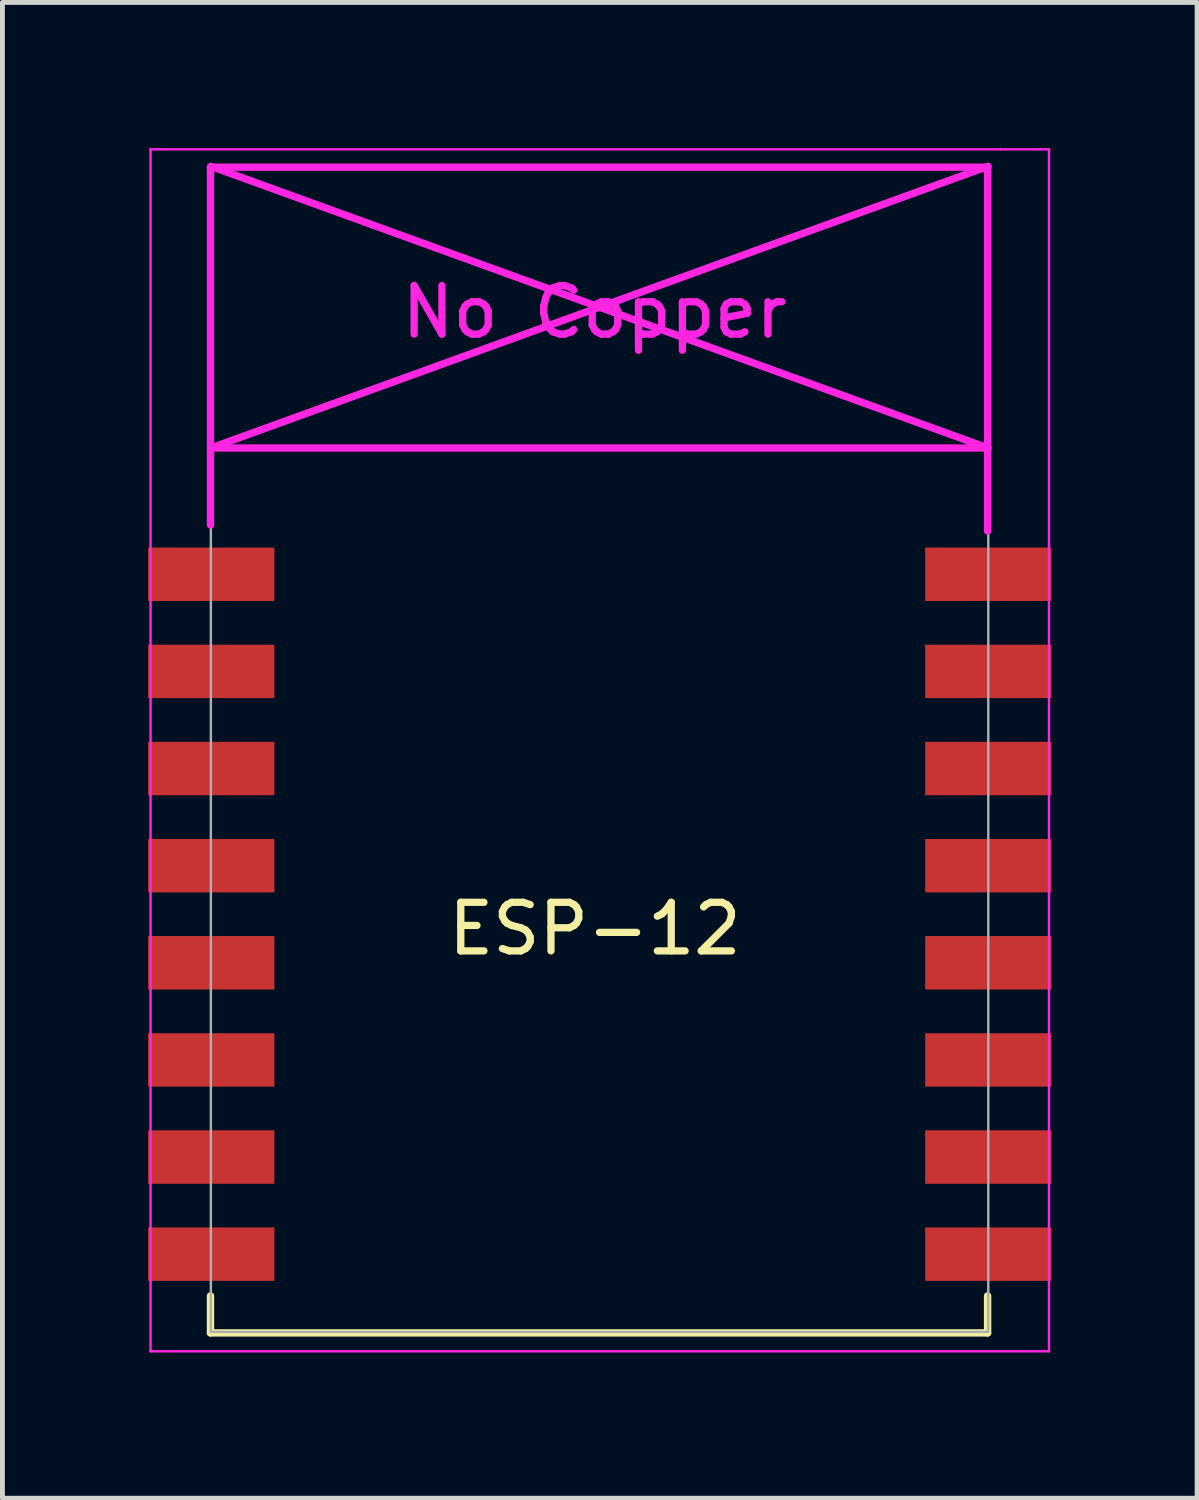
<source format=kicad_pcb>
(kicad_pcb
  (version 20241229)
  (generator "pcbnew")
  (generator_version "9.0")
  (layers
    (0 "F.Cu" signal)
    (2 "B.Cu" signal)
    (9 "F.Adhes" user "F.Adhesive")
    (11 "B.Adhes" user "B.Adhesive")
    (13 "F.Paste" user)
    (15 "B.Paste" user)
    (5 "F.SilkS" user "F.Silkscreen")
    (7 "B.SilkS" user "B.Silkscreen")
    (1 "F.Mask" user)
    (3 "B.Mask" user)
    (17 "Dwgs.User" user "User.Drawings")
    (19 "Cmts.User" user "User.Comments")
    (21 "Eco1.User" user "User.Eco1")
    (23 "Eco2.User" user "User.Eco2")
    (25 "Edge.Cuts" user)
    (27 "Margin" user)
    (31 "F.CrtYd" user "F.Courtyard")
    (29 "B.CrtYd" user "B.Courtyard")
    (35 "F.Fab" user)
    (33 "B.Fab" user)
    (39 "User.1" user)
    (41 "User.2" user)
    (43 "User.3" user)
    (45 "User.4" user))
  (footprint "ESP-12"
    (layer "F.Cu")
    (at 2.3 8.775)
    (property "Reference" "ESP-12" (at 6.9 7.3 0) (layer "F.SilkS") (effects (font (size 1 1) (thickness 0.15))))
    (attr through_hole)
    (fp_line (start -1.016 14.859) (end -1.016 15.621) (stroke (width 0.152) (type solid)) (layer "F.SilkS"))
    (fp_line (start -1.016 15.621) (end 14.986 15.621) (stroke (width 0.152) (type solid)) (layer "F.SilkS"))
    (fp_line (start 14.986 15.621) (end 14.986 14.859) (stroke (width 0.152) (type solid)) (layer "F.SilkS"))
    (fp_line (start -2.25 -8.75) (end 15.25 -8.75) (stroke (width 0.05) (type solid)) (layer "F.CrtYd"))
    (fp_line (start -2.25 -0.5) (end -2.25 -8.75) (stroke (width 0.05) (type solid)) (layer "F.CrtYd"))
    (fp_line (start -2.25 16) (end -2.25 -0.5) (stroke (width 0.05) (type solid)) (layer "F.CrtYd"))
    (fp_line (start -1.016 -8.382) (end -1.016 -1.016) (stroke (width 0.152) (type solid)) (layer "F.CrtYd"))
    (fp_line (start -1.016 -8.382) (end 14.986 -8.382) (stroke (width 0.152) (type solid)) (layer "F.CrtYd"))
    (fp_line (start -1.008 -8.4) (end 14.992 -2.6) (stroke (width 0.152) (type solid)) (layer "F.CrtYd"))
    (fp_line (start -1.008 -2.6) (end 14.992 -2.6) (stroke (width 0.152) (type solid)) (layer "F.CrtYd"))
    (fp_line (start 14.986 -8.382) (end 14.986 -0.889) (stroke (width 0.152) (type solid)) (layer "F.CrtYd"))
    (fp_line (start 14.992 -8.4) (end -1.008 -2.6) (stroke (width 0.152) (type solid)) (layer "F.CrtYd"))
    (fp_line (start 15.25 -8.75) (end 16.25 -8.75) (stroke (width 0.05) (type solid)) (layer "F.CrtYd"))
    (fp_line (start 16.25 -8.75) (end 16.25 16) (stroke (width 0.05) (type solid)) (layer "F.CrtYd"))
    (fp_line (start 16.25 16) (end -2.25 16) (stroke (width 0.05) (type solid)) (layer "F.CrtYd"))
    (fp_line (start -1.008 -8.4) (end 14.992 -8.4) (stroke (width 0.05) (type solid)) (layer "F.Fab"))
    (fp_line (start -1.008 15.6) (end -1.008 -8.4) (stroke (width 0.05) (type solid)) (layer "F.Fab"))
    (fp_line (start 14.992 15.6) (end -1.008 15.6) (stroke (width 0.05) (type solid)) (layer "F.Fab"))
    (fp_line (start 15 -8.4) (end 15 15.6) (stroke (width 0.05) (type solid)) (layer "F.Fab"))
    (fp_text user "No Copper" (at 6.892 -5.4 0) (layer "F.CrtYd") (effects (font (size 1 1) (thickness 0.15))))
    (pad "1" smd rect (at 0 0) (size 2.6 1.1) (drill (offset -1 0)) (layers "F.Cu" "F.Mask" "F.Paste"))
    (pad "2" smd rect (at 0 2) (size 2.6 1.1) (drill (offset -1 0)) (layers "F.Cu" "F.Mask" "F.Paste"))
    (pad "3" smd rect (at 0 4) (size 2.6 1.1) (drill (offset -1 0)) (layers "F.Cu" "F.Mask" "F.Paste"))
    (pad "4" smd rect (at 0 6) (size 2.6 1.1) (drill (offset -1 0)) (layers "F.Cu" "F.Mask" "F.Paste"))
    (pad "5" smd rect (at 0 8) (size 2.6 1.1) (drill (offset -1 0)) (layers "F.Cu" "F.Mask" "F.Paste"))
    (pad "6" smd rect (at 0 10) (size 2.6 1.1) (drill (offset -1 0)) (layers "F.Cu" "F.Mask" "F.Paste"))
    (pad "7" smd rect (at 0 12) (size 2.6 1.1) (drill (offset -1 0)) (layers "F.Cu" "F.Mask" "F.Paste"))
    (pad "8" smd rect (at 0 14) (size 2.6 1.1) (drill (offset -1 0)) (layers "F.Cu" "F.Mask" "F.Paste"))
    (pad "9" smd rect (at 14 14) (size 2.6 1.1) (drill (offset 1 0)) (layers "F.Cu" "F.Mask" "F.Paste"))
    (pad "10" smd rect (at 14 12) (size 2.6 1.1) (drill (offset 1 0)) (layers "F.Cu" "F.Mask" "F.Paste"))
    (pad "11" smd rect (at 14 10) (size 2.6 1.1) (drill (offset 1 0)) (layers "F.Cu" "F.Mask" "F.Paste"))
    (pad "12" smd rect (at 14 8) (size 2.6 1.1) (drill (offset 1 0)) (layers "F.Cu" "F.Mask" "F.Paste"))
    (pad "13" smd rect (at 14 6) (size 2.6 1.1) (drill (offset 1 0)) (layers "F.Cu" "F.Mask" "F.Paste"))
    (pad "14" smd rect (at 14 4) (size 2.6 1.1) (drill (offset 1 0)) (layers "F.Cu" "F.Mask" "F.Paste"))
    (pad "15" smd rect (at 14 2) (size 2.6 1.1) (drill (offset 1 0)) (layers "F.Cu" "F.Mask" "F.Paste"))
    (pad "16" smd rect (at 14 0) (size 2.6 1.1) (drill (offset 1 0)) (layers "F.Cu" "F.Mask" "F.Paste")))
  (gr_rect
    (start -3 -3)
    (end 21.6 27.8)
    (stroke (width 0.1) (type default))
    (fill no)
    (layer "Edge.Cuts")))
</source>
